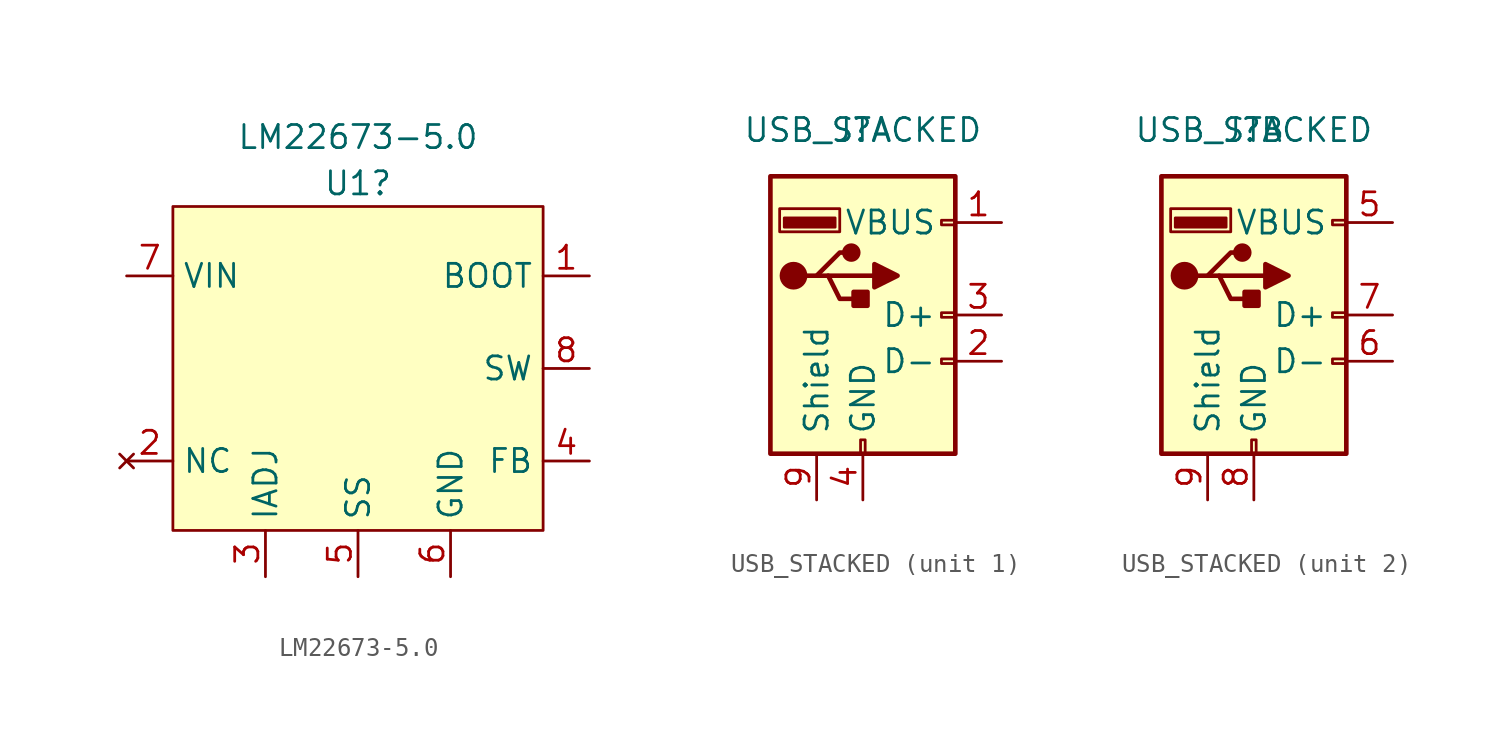
<source format=kicad_sym>
(kicad_symbol_lib
  (version 20211014)
  (generator kicad_symbol_editor)
  (symbol "LM22673-5.0"
    (property "Reference" "U1"
      (at 0 10.16 0)
      (effects (font (size 1.27 1.27))))
    (property "Value" "LM22673-5.0"
      (at 0 12.7 0)
      (effects (font (size 1.27 1.27))))
    (symbol "LM22673-5.0_0_1"
      (rectangle (start -10.16 8.89) (end 10.16 -8.89) (stroke (width 0) (type default) (color 0 0 0 0)) (fill (type background))))
    (symbol "LM22673-5.0_1_1"
      (pin output line (at 12.7 5.08 180) (length 2.54) (name "BOOT" (effects (font (size 1.27 1.27)))) (number "1" (effects (font (size 1.27 1.27)))))
      (pin no_connect line (at -12.7 -5.08 0) (length 2.54) (name "NC" (effects (font (size 1.27 1.27)))) (number "2" (effects (font (size 1.27 1.27)))))
      (pin input line (at -5.08 -11.43 90) (length 2.54) (name "IADJ" (effects (font (size 1.27 1.27)))) (number "3" (effects (font (size 1.27 1.27)))))
      (pin input line (at 12.7 -5.08 180) (length 2.54) (name "FB" (effects (font (size 1.27 1.27)))) (number "4" (effects (font (size 1.27 1.27)))))
      (pin input line (at 0 -11.43 90) (length 2.54) (name "SS" (effects (font (size 1.27 1.27)))) (number "5" (effects (font (size 1.27 1.27)))))
      (pin power_in line (at 5.08 -11.43 90) (length 2.54) (name "GND" (effects (font (size 1.27 1.27)))) (number "6" (effects (font (size 1.27 1.27)))))
      (pin power_in line (at -12.7 5.08 0) (length 2.54) (name "VIN" (effects (font (size 1.27 1.27)))) (number "7" (effects (font (size 1.27 1.27)))))
      (pin power_out line (at 12.7 0 180) (length 2.54) (name "SW" (effects (font (size 1.27 1.27)))) (number "8" (effects (font (size 1.27 1.27)))))))
  (symbol "USB_STACKED"
    (pin_names
      (offset 1.016))
    (property "Reference" "J"
      (at 0 0 0)
      (effects (font (size 1.27 1.27))))
    (property "Value" "USB_STACKED"
      (at 0 0 0)
      (effects (font (size 1.27 1.27))))
    (symbol "USB_STACKED_1_1"
      (rectangle (start -5.08 -17.78) (end 5.08 -2.54) (stroke (width 0.254) (type default) (color 0 0 0 0)) (fill (type background)))
      (circle (center -3.81 -8.001) (radius 0.635) (stroke (width 0.254) (type default) (color 0 0 0 0)) (fill (type outline)))
      (rectangle (start -1.524 -5.334) (end -4.318 -4.826) (stroke (width 0) (type default) (color 0 0 0 0)) (fill (type outline)))
      (rectangle (start -1.27 -5.588) (end -4.572 -4.318) (stroke (width 0) (type default) (color 0 0 0 0)) (fill (type none)))
      (circle (center -0.635 -6.731) (radius 0.381) (stroke (width 0.254) (type default) (color 0 0 0 0)) (fill (type outline)))
      (rectangle (start -0.127 -17.78) (end 0.127 -17.018) (stroke (width 0) (type default) (color 0 0 0 0)) (fill (type none)))
      (polyline (pts (xy -1.905 -8.001) (xy 0.635 -8.001)) (stroke (width 0.254) (type default) (color 0 0 0 0)) (fill (type none)))
      (polyline (pts (xy -3.175 -8.001) (xy -2.54 -8.001) (xy -1.27 -6.731) (xy -0.635 -6.731)) (stroke (width 0.254) (type default) (color 0 0 0 0)) (fill (type none)))
      (polyline (pts (xy -2.54 -8.001) (xy -1.905 -8.001) (xy -1.27 -9.271) (xy 0 -9.271)) (stroke (width 0.254) (type default) (color 0 0 0 0)) (fill (type none)))
      (polyline (pts (xy 0.635 -7.366) (xy 0.635 -8.636) (xy 1.905 -8.001) (xy 0.635 -7.366)) (stroke (width 0.254) (type default) (color 0 0 0 0)) (fill (type outline)))
      (rectangle (start 0.254 -8.89) (end -0.508 -9.652) (stroke (width 0.254) (type default) (color 0 0 0 0)) (fill (type outline)))
      (rectangle (start 5.08 -12.827) (end 4.318 -12.573) (stroke (width 0) (type default) (color 0 0 0 0)) (fill (type none)))
      (rectangle (start 5.08 -10.287) (end 4.318 -10.033) (stroke (width 0) (type default) (color 0 0 0 0)) (fill (type none)))
      (rectangle (start 5.08 -5.207) (end 4.318 -4.953) (stroke (width 0) (type default) (color 0 0 0 0)) (fill (type none)))
      (pin power_in line (at 7.62 -5.08 180) (length 2.54) (name "VBUS" (effects (font (size 1.27 1.27)))) (number "1" (effects (font (size 1.27 1.27)))))
      (pin bidirectional line (at 7.62 -12.7 180) (length 2.54) (name "D-" (effects (font (size 1.27 1.27)))) (number "2" (effects (font (size 1.27 1.27)))))
      (pin bidirectional line (at 7.62 -10.16 180) (length 2.54) (name "D+" (effects (font (size 1.27 1.27)))) (number "3" (effects (font (size 1.27 1.27)))))
      (pin power_in line (at 0 -20.32 90) (length 2.54) (name "GND" (effects (font (size 1.27 1.27)))) (number "4" (effects (font (size 1.27 1.27)))))
      (pin passive line (at -2.54 -20.32 90) (length 2.54) (name "Shield" (effects (font (size 1.27 1.27)))) (number "9" (effects (font (size 1.27 1.27))))))
    (symbol "USB_STACKED_2_1"
      (rectangle (start -5.08 -17.78) (end 5.08 -2.54) (stroke (width 0.254) (type default) (color 0 0 0 0)) (fill (type background)))
      (circle (center -3.81 -8.001) (radius 0.635) (stroke (width 0.254) (type default) (color 0 0 0 0)) (fill (type outline)))
      (rectangle (start -1.524 -5.334) (end -4.318 -4.826) (stroke (width 0) (type default) (color 0 0 0 0)) (fill (type outline)))
      (rectangle (start -1.27 -5.588) (end -4.572 -4.318) (stroke (width 0) (type default) (color 0 0 0 0)) (fill (type none)))
      (circle (center -0.635 -6.731) (radius 0.381) (stroke (width 0.254) (type default) (color 0 0 0 0)) (fill (type outline)))
      (rectangle (start -0.127 -17.78) (end 0.127 -17.018) (stroke (width 0) (type default) (color 0 0 0 0)) (fill (type none)))
      (polyline (pts (xy -1.905 -8.001) (xy 0.635 -8.001)) (stroke (width 0.254) (type default) (color 0 0 0 0)) (fill (type none)))
      (polyline (pts (xy -3.175 -8.001) (xy -2.54 -8.001) (xy -1.27 -6.731) (xy -0.635 -6.731)) (stroke (width 0.254) (type default) (color 0 0 0 0)) (fill (type none)))
      (polyline (pts (xy -2.54 -8.001) (xy -1.905 -8.001) (xy -1.27 -9.271) (xy 0 -9.271)) (stroke (width 0.254) (type default) (color 0 0 0 0)) (fill (type none)))
      (polyline (pts (xy 0.635 -7.366) (xy 0.635 -8.636) (xy 1.905 -8.001) (xy 0.635 -7.366)) (stroke (width 0.254) (type default) (color 0 0 0 0)) (fill (type outline)))
      (rectangle (start 0.254 -8.89) (end -0.508 -9.652) (stroke (width 0.254) (type default) (color 0 0 0 0)) (fill (type outline)))
      (rectangle (start 5.08 -12.827) (end 4.318 -12.573) (stroke (width 0) (type default) (color 0 0 0 0)) (fill (type none)))
      (rectangle (start 5.08 -10.287) (end 4.318 -10.033) (stroke (width 0) (type default) (color 0 0 0 0)) (fill (type none)))
      (rectangle (start 5.08 -5.207) (end 4.318 -4.953) (stroke (width 0) (type default) (color 0 0 0 0)) (fill (type none)))
      (pin power_in line (at 7.62 -5.08 180) (length 2.54) (name "VBUS" (effects (font (size 1.27 1.27)))) (number "5" (effects (font (size 1.27 1.27)))))
      (pin bidirectional line (at 7.62 -12.7 180) (length 2.54) (name "D-" (effects (font (size 1.27 1.27)))) (number "6" (effects (font (size 1.27 1.27)))))
      (pin bidirectional line (at 7.62 -10.16 180) (length 2.54) (name "D+" (effects (font (size 1.27 1.27)))) (number "7" (effects (font (size 1.27 1.27)))))
      (pin power_in line (at 0 -20.32 90) (length 2.54) (name "GND" (effects (font (size 1.27 1.27)))) (number "8" (effects (font (size 1.27 1.27)))))
      (pin passive line (at -2.54 -20.32 90) (length 2.54) (name "Shield" (effects (font (size 1.27 1.27)))) (number "9" (effects (font (size 1.27 1.27))))))))
</source>
